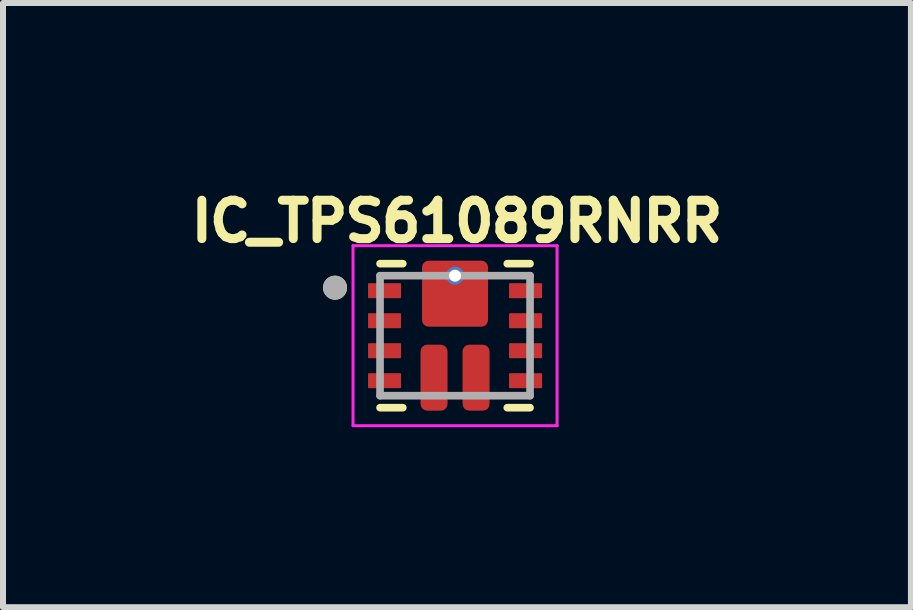
<source format=kicad_pcb>
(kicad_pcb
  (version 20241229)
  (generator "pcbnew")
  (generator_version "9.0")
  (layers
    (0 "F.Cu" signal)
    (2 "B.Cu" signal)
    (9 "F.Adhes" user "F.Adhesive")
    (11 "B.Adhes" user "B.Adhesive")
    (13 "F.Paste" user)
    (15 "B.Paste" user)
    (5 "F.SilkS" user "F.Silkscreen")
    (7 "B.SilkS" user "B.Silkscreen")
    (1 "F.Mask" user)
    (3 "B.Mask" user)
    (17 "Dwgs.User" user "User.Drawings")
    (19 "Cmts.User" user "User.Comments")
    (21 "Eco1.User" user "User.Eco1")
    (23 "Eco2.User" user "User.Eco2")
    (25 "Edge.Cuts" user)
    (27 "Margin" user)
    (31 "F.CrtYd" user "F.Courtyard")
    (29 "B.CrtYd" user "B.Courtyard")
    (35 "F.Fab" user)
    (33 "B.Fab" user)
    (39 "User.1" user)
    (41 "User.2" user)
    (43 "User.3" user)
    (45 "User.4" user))
  (footprint "IC_TPS61089RNRR"
    (layer "F.Cu")
    (at 4.533 2.544)
    (property "Reference" "IC_TPS61089RNRR" (at 0.032 -1.906 0) (layer "F.SilkS") (effects (font (size 0.64 0.64) (thickness 0.15))))
    (attr smd)
    (fp_poly (pts (xy -1.5 -0.825) (xy -1.5 -0.675) (xy -1.5 -0.67) (xy -1.499 -0.665) (xy -1.499 -0.659) (xy -1.498 -0.654) (xy -1.497 -0.649) (xy -1.495 -0.644) (xy -1.493 -0.639) (xy -1.491 -0.634) (xy -1.489 -0.63) (xy -1.487 -0.625) (xy -1.484 -0.621) (xy -1.481 -0.616) (xy -1.478 -0.612) (xy -1.474 -0.608) (xy -1.471 -0.604) (xy -1.467 -0.601) (xy -1.463 -0.597) (xy -1.459 -0.594) (xy -1.454 -0.591) (xy -1.45 -0.588) (xy -1.445 -0.586) (xy -1.441 -0.584) (xy -1.436 -0.582) (xy -1.431 -0.58) (xy -1.426 -0.578) (xy -1.421 -0.577) (xy -1.416 -0.576) (xy -1.41 -0.576) (xy -1.405 -0.575) (xy -1.4 -0.575) (xy -0.95 -0.575) (xy -0.945 -0.575) (xy -0.94 -0.576) (xy -0.934 -0.576) (xy -0.929 -0.577) (xy -0.924 -0.578) (xy -0.919 -0.58) (xy -0.914 -0.582) (xy -0.909 -0.584) (xy -0.905 -0.586) (xy -0.9 -0.588) (xy -0.896 -0.591) (xy -0.891 -0.594) (xy -0.887 -0.597) (xy -0.883 -0.601) (xy -0.879 -0.604) (xy -0.876 -0.608) (xy -0.872 -0.612) (xy -0.869 -0.616) (xy -0.866 -0.621) (xy -0.863 -0.625) (xy -0.861 -0.63) (xy -0.859 -0.634) (xy -0.857 -0.639) (xy -0.855 -0.644) (xy -0.853 -0.649) (xy -0.852 -0.654) (xy -0.851 -0.659) (xy -0.851 -0.665) (xy -0.85 -0.67) (xy -0.85 -0.675) (xy -0.85 -0.825) (xy -0.85 -0.83) (xy -0.851 -0.835) (xy -0.851 -0.841) (xy -0.852 -0.846) (xy -0.853 -0.851) (xy -0.855 -0.856) (xy -0.857 -0.861) (xy -0.859 -0.866) (xy -0.861 -0.87) (xy -0.863 -0.875) (xy -0.866 -0.879) (xy -0.869 -0.884) (xy -0.872 -0.888) (xy -0.876 -0.892) (xy -0.879 -0.896) (xy -0.883 -0.899) (xy -0.887 -0.903) (xy -0.891 -0.906) (xy -0.896 -0.909) (xy -0.9 -0.912) (xy -0.905 -0.914) (xy -0.909 -0.916) (xy -0.914 -0.918) (xy -0.919 -0.92) (xy -0.924 -0.922) (xy -0.929 -0.923) (xy -0.934 -0.924) (xy -0.94 -0.924) (xy -0.945 -0.925) (xy -0.95 -0.925) (xy -1.4 -0.925) (xy -1.405 -0.925) (xy -1.41 -0.924) (xy -1.416 -0.924) (xy -1.421 -0.923) (xy -1.426 -0.922) (xy -1.431 -0.92) (xy -1.436 -0.918) (xy -1.441 -0.916) (xy -1.445 -0.914) (xy -1.45 -0.912) (xy -1.454 -0.909) (xy -1.459 -0.906) (xy -1.463 -0.903) (xy -1.467 -0.899) (xy -1.471 -0.896) (xy -1.474 -0.892) (xy -1.478 -0.888) (xy -1.481 -0.884) (xy -1.484 -0.879) (xy -1.487 -0.875) (xy -1.489 -0.87) (xy -1.491 -0.866) (xy -1.493 -0.861) (xy -1.495 -0.856) (xy -1.497 -0.851) (xy -1.498 -0.846) (xy -1.499 -0.841) (xy -1.499 -0.835) (xy -1.5 -0.83) (xy -1.5 -0.825)) (stroke (width 0.01) (type solid)) (fill yes) (layer "F.Mask"))
    (fp_poly (pts (xy -1.5 -0.325) (xy -1.5 -0.175) (xy -1.5 -0.17) (xy -1.499 -0.165) (xy -1.499 -0.159) (xy -1.498 -0.154) (xy -1.497 -0.149) (xy -1.495 -0.144) (xy -1.493 -0.139) (xy -1.491 -0.134) (xy -1.489 -0.13) (xy -1.487 -0.125) (xy -1.484 -0.121) (xy -1.481 -0.116) (xy -1.478 -0.112) (xy -1.474 -0.108) (xy -1.471 -0.104) (xy -1.467 -0.101) (xy -1.463 -0.097) (xy -1.459 -0.094) (xy -1.454 -0.091) (xy -1.45 -0.088) (xy -1.445 -0.086) (xy -1.441 -0.084) (xy -1.436 -0.082) (xy -1.431 -0.08) (xy -1.426 -0.078) (xy -1.421 -0.077) (xy -1.416 -0.076) (xy -1.41 -0.076) (xy -1.405 -0.075) (xy -1.4 -0.075) (xy -0.95 -0.075) (xy -0.945 -0.075) (xy -0.94 -0.076) (xy -0.934 -0.076) (xy -0.929 -0.077) (xy -0.924 -0.078) (xy -0.919 -0.08) (xy -0.914 -0.082) (xy -0.909 -0.084) (xy -0.905 -0.086) (xy -0.9 -0.088) (xy -0.896 -0.091) (xy -0.891 -0.094) (xy -0.887 -0.097) (xy -0.883 -0.101) (xy -0.879 -0.104) (xy -0.876 -0.108) (xy -0.872 -0.112) (xy -0.869 -0.116) (xy -0.866 -0.121) (xy -0.863 -0.125) (xy -0.861 -0.13) (xy -0.859 -0.134) (xy -0.857 -0.139) (xy -0.855 -0.144) (xy -0.853 -0.149) (xy -0.852 -0.154) (xy -0.851 -0.159) (xy -0.851 -0.165) (xy -0.85 -0.17) (xy -0.85 -0.175) (xy -0.85 -0.325) (xy -0.85 -0.33) (xy -0.851 -0.335) (xy -0.851 -0.341) (xy -0.852 -0.346) (xy -0.853 -0.351) (xy -0.855 -0.356) (xy -0.857 -0.361) (xy -0.859 -0.366) (xy -0.861 -0.37) (xy -0.863 -0.375) (xy -0.866 -0.379) (xy -0.869 -0.384) (xy -0.872 -0.388) (xy -0.876 -0.392) (xy -0.879 -0.396) (xy -0.883 -0.399) (xy -0.887 -0.403) (xy -0.891 -0.406) (xy -0.896 -0.409) (xy -0.9 -0.412) (xy -0.905 -0.414) (xy -0.909 -0.416) (xy -0.914 -0.418) (xy -0.919 -0.42) (xy -0.924 -0.422) (xy -0.929 -0.423) (xy -0.934 -0.424) (xy -0.94 -0.424) (xy -0.945 -0.425) (xy -0.95 -0.425) (xy -1.4 -0.425) (xy -1.405 -0.425) (xy -1.41 -0.424) (xy -1.416 -0.424) (xy -1.421 -0.423) (xy -1.426 -0.422) (xy -1.431 -0.42) (xy -1.436 -0.418) (xy -1.441 -0.416) (xy -1.445 -0.414) (xy -1.45 -0.412) (xy -1.454 -0.409) (xy -1.459 -0.406) (xy -1.463 -0.403) (xy -1.467 -0.399) (xy -1.471 -0.396) (xy -1.474 -0.392) (xy -1.478 -0.388) (xy -1.481 -0.384) (xy -1.484 -0.379) (xy -1.487 -0.375) (xy -1.489 -0.37) (xy -1.491 -0.366) (xy -1.493 -0.361) (xy -1.495 -0.356) (xy -1.497 -0.351) (xy -1.498 -0.346) (xy -1.499 -0.341) (xy -1.499 -0.335) (xy -1.5 -0.33) (xy -1.5 -0.325)) (stroke (width 0.01) (type solid)) (fill yes) (layer "F.Mask"))
    (fp_poly (pts (xy -1.5 0.175) (xy -1.5 0.325) (xy -1.5 0.33) (xy -1.499 0.335) (xy -1.499 0.341) (xy -1.498 0.346) (xy -1.497 0.351) (xy -1.495 0.356) (xy -1.493 0.361) (xy -1.491 0.366) (xy -1.489 0.37) (xy -1.487 0.375) (xy -1.484 0.379) (xy -1.481 0.384) (xy -1.478 0.388) (xy -1.474 0.392) (xy -1.471 0.396) (xy -1.467 0.399) (xy -1.463 0.403) (xy -1.459 0.406) (xy -1.454 0.409) (xy -1.45 0.412) (xy -1.445 0.414) (xy -1.441 0.416) (xy -1.436 0.418) (xy -1.431 0.42) (xy -1.426 0.422) (xy -1.421 0.423) (xy -1.416 0.424) (xy -1.41 0.424) (xy -1.405 0.425) (xy -1.4 0.425) (xy -0.95 0.425) (xy -0.945 0.425) (xy -0.94 0.424) (xy -0.934 0.424) (xy -0.929 0.423) (xy -0.924 0.422) (xy -0.919 0.42) (xy -0.914 0.418) (xy -0.909 0.416) (xy -0.905 0.414) (xy -0.9 0.412) (xy -0.896 0.409) (xy -0.891 0.406) (xy -0.887 0.403) (xy -0.883 0.399) (xy -0.879 0.396) (xy -0.876 0.392) (xy -0.872 0.388) (xy -0.869 0.384) (xy -0.866 0.379) (xy -0.863 0.375) (xy -0.861 0.37) (xy -0.859 0.366) (xy -0.857 0.361) (xy -0.855 0.356) (xy -0.853 0.351) (xy -0.852 0.346) (xy -0.851 0.341) (xy -0.851 0.335) (xy -0.85 0.33) (xy -0.85 0.325) (xy -0.85 0.175) (xy -0.85 0.17) (xy -0.851 0.165) (xy -0.851 0.159) (xy -0.852 0.154) (xy -0.853 0.149) (xy -0.855 0.144) (xy -0.857 0.139) (xy -0.859 0.134) (xy -0.861 0.13) (xy -0.863 0.125) (xy -0.866 0.121) (xy -0.869 0.116) (xy -0.872 0.112) (xy -0.876 0.108) (xy -0.879 0.104) (xy -0.883 0.101) (xy -0.887 0.097) (xy -0.891 0.094) (xy -0.896 0.091) (xy -0.9 0.088) (xy -0.905 0.086) (xy -0.909 0.084) (xy -0.914 0.082) (xy -0.919 0.08) (xy -0.924 0.078) (xy -0.929 0.077) (xy -0.934 0.076) (xy -0.94 0.076) (xy -0.945 0.075) (xy -0.95 0.075) (xy -1.4 0.075) (xy -1.405 0.075) (xy -1.41 0.076) (xy -1.416 0.076) (xy -1.421 0.077) (xy -1.426 0.078) (xy -1.431 0.08) (xy -1.436 0.082) (xy -1.441 0.084) (xy -1.445 0.086) (xy -1.45 0.088) (xy -1.454 0.091) (xy -1.459 0.094) (xy -1.463 0.097) (xy -1.467 0.101) (xy -1.471 0.104) (xy -1.474 0.108) (xy -1.478 0.112) (xy -1.481 0.116) (xy -1.484 0.121) (xy -1.487 0.125) (xy -1.489 0.13) (xy -1.491 0.134) (xy -1.493 0.139) (xy -1.495 0.144) (xy -1.497 0.149) (xy -1.498 0.154) (xy -1.499 0.159) (xy -1.499 0.165) (xy -1.5 0.17) (xy -1.5 0.175)) (stroke (width 0.01) (type solid)) (fill yes) (layer "F.Mask"))
    (fp_poly (pts (xy -1.5 0.675) (xy -1.5 0.825) (xy -1.5 0.83) (xy -1.499 0.835) (xy -1.499 0.841) (xy -1.498 0.846) (xy -1.497 0.851) (xy -1.495 0.856) (xy -1.493 0.861) (xy -1.491 0.866) (xy -1.489 0.87) (xy -1.487 0.875) (xy -1.484 0.879) (xy -1.481 0.884) (xy -1.478 0.888) (xy -1.474 0.892) (xy -1.471 0.896) (xy -1.467 0.899) (xy -1.463 0.903) (xy -1.459 0.906) (xy -1.454 0.909) (xy -1.45 0.912) (xy -1.445 0.914) (xy -1.441 0.916) (xy -1.436 0.918) (xy -1.431 0.92) (xy -1.426 0.922) (xy -1.421 0.923) (xy -1.416 0.924) (xy -1.41 0.924) (xy -1.405 0.925) (xy -1.4 0.925) (xy -0.95 0.925) (xy -0.945 0.925) (xy -0.94 0.924) (xy -0.934 0.924) (xy -0.929 0.923) (xy -0.924 0.922) (xy -0.919 0.92) (xy -0.914 0.918) (xy -0.909 0.916) (xy -0.905 0.914) (xy -0.9 0.912) (xy -0.896 0.909) (xy -0.891 0.906) (xy -0.887 0.903) (xy -0.883 0.899) (xy -0.879 0.896) (xy -0.876 0.892) (xy -0.872 0.888) (xy -0.869 0.884) (xy -0.866 0.879) (xy -0.863 0.875) (xy -0.861 0.87) (xy -0.859 0.866) (xy -0.857 0.861) (xy -0.855 0.856) (xy -0.853 0.851) (xy -0.852 0.846) (xy -0.851 0.841) (xy -0.851 0.835) (xy -0.85 0.83) (xy -0.85 0.825) (xy -0.85 0.675) (xy -0.85 0.67) (xy -0.851 0.665) (xy -0.851 0.659) (xy -0.852 0.654) (xy -0.853 0.649) (xy -0.855 0.644) (xy -0.857 0.639) (xy -0.859 0.634) (xy -0.861 0.63) (xy -0.863 0.625) (xy -0.866 0.621) (xy -0.869 0.616) (xy -0.872 0.612) (xy -0.876 0.608) (xy -0.879 0.604) (xy -0.883 0.601) (xy -0.887 0.597) (xy -0.891 0.594) (xy -0.896 0.591) (xy -0.9 0.588) (xy -0.905 0.586) (xy -0.909 0.584) (xy -0.914 0.582) (xy -0.919 0.58) (xy -0.924 0.578) (xy -0.929 0.577) (xy -0.934 0.576) (xy -0.94 0.576) (xy -0.945 0.575) (xy -0.95 0.575) (xy -1.4 0.575) (xy -1.405 0.575) (xy -1.41 0.576) (xy -1.416 0.576) (xy -1.421 0.577) (xy -1.426 0.578) (xy -1.431 0.58) (xy -1.436 0.582) (xy -1.441 0.584) (xy -1.445 0.586) (xy -1.45 0.588) (xy -1.454 0.591) (xy -1.459 0.594) (xy -1.463 0.597) (xy -1.467 0.601) (xy -1.471 0.604) (xy -1.474 0.608) (xy -1.478 0.612) (xy -1.481 0.616) (xy -1.484 0.621) (xy -1.487 0.625) (xy -1.489 0.63) (xy -1.491 0.634) (xy -1.493 0.639) (xy -1.495 0.644) (xy -1.497 0.649) (xy -1.498 0.654) (xy -1.499 0.659) (xy -1.499 0.665) (xy -1.5 0.67) (xy -1.5 0.675)) (stroke (width 0.01) (type solid)) (fill yes) (layer "F.Mask"))
    (fp_poly (pts (xy -0.225 0.2) (xy -0.475 0.2) (xy -0.478 0.2) (xy -0.48 0.2) (xy -0.483 0.201) (xy -0.485 0.201) (xy -0.488 0.202) (xy -0.49 0.202) (xy -0.493 0.203) (xy -0.495 0.204) (xy -0.498 0.205) (xy -0.5 0.207) (xy -0.502 0.208) (xy -0.504 0.21) (xy -0.506 0.211) (xy -0.508 0.213) (xy -0.51 0.215) (xy -0.512 0.217) (xy -0.514 0.219) (xy -0.515 0.221) (xy -0.517 0.223) (xy -0.518 0.225) (xy -0.52 0.227) (xy -0.521 0.23) (xy -0.522 0.232) (xy -0.523 0.235) (xy -0.523 0.237) (xy -0.524 0.24) (xy -0.524 0.242) (xy -0.525 0.245) (xy -0.525 0.247) (xy -0.525 0.25) (xy -0.525 1.15) (xy -0.525 1.153) (xy -0.525 1.155) (xy -0.524 1.158) (xy -0.524 1.16) (xy -0.523 1.163) (xy -0.523 1.165) (xy -0.522 1.168) (xy -0.521 1.17) (xy -0.52 1.173) (xy -0.518 1.175) (xy -0.517 1.177) (xy -0.515 1.179) (xy -0.514 1.181) (xy -0.512 1.183) (xy -0.51 1.185) (xy -0.508 1.187) (xy -0.506 1.189) (xy -0.504 1.19) (xy -0.502 1.192) (xy -0.5 1.193) (xy -0.498 1.195) (xy -0.495 1.196) (xy -0.493 1.197) (xy -0.49 1.198) (xy -0.488 1.198) (xy -0.485 1.199) (xy -0.483 1.199) (xy -0.48 1.2) (xy -0.478 1.2) (xy -0.475 1.2) (xy -0.225 1.2) (xy -0.222 1.2) (xy -0.22 1.2) (xy -0.217 1.199) (xy -0.215 1.199) (xy -0.212 1.198) (xy -0.21 1.198) (xy -0.207 1.197) (xy -0.205 1.196) (xy -0.202 1.195) (xy -0.2 1.193) (xy -0.198 1.192) (xy -0.196 1.19) (xy -0.194 1.189) (xy -0.192 1.187) (xy -0.19 1.185) (xy -0.188 1.183) (xy -0.186 1.181) (xy -0.185 1.179) (xy -0.183 1.177) (xy -0.182 1.175) (xy -0.18 1.173) (xy -0.179 1.17) (xy -0.178 1.168) (xy -0.177 1.165) (xy -0.177 1.163) (xy -0.176 1.16) (xy -0.176 1.158) (xy -0.175 1.155) (xy -0.175 1.153) (xy -0.175 1.15) (xy -0.175 0.25) (xy -0.175 0.247) (xy -0.175 0.245) (xy -0.176 0.242) (xy -0.176 0.24) (xy -0.177 0.237) (xy -0.177 0.235) (xy -0.178 0.232) (xy -0.179 0.23) (xy -0.18 0.227) (xy -0.182 0.225) (xy -0.183 0.223) (xy -0.185 0.221) (xy -0.186 0.219) (xy -0.188 0.217) (xy -0.19 0.215) (xy -0.192 0.213) (xy -0.194 0.211) (xy -0.196 0.21) (xy -0.198 0.208) (xy -0.2 0.207) (xy -0.202 0.205) (xy -0.205 0.204) (xy -0.207 0.203) (xy -0.21 0.202) (xy -0.212 0.202) (xy -0.215 0.201) (xy -0.217 0.201) (xy -0.22 0.2) (xy -0.222 0.2) (xy -0.225 0.2)) (stroke (width 0.01) (type solid)) (fill yes) (layer "F.Mask"))
    (fp_poly (pts (xy 0.475 0.2) (xy 0.225 0.2) (xy 0.222 0.2) (xy 0.22 0.2) (xy 0.217 0.201) (xy 0.215 0.201) (xy 0.212 0.202) (xy 0.21 0.202) (xy 0.207 0.203) (xy 0.205 0.204) (xy 0.202 0.205) (xy 0.2 0.207) (xy 0.198 0.208) (xy 0.196 0.21) (xy 0.194 0.211) (xy 0.192 0.213) (xy 0.19 0.215) (xy 0.188 0.217) (xy 0.186 0.219) (xy 0.185 0.221) (xy 0.183 0.223) (xy 0.182 0.225) (xy 0.18 0.227) (xy 0.179 0.23) (xy 0.178 0.232) (xy 0.177 0.235) (xy 0.177 0.237) (xy 0.176 0.24) (xy 0.176 0.242) (xy 0.175 0.245) (xy 0.175 0.247) (xy 0.175 0.25) (xy 0.175 1.15) (xy 0.175 1.153) (xy 0.175 1.155) (xy 0.176 1.158) (xy 0.176 1.16) (xy 0.177 1.163) (xy 0.177 1.165) (xy 0.178 1.168) (xy 0.179 1.17) (xy 0.18 1.173) (xy 0.182 1.175) (xy 0.183 1.177) (xy 0.185 1.179) (xy 0.186 1.181) (xy 0.188 1.183) (xy 0.19 1.185) (xy 0.192 1.187) (xy 0.194 1.189) (xy 0.196 1.19) (xy 0.198 1.192) (xy 0.2 1.193) (xy 0.202 1.195) (xy 0.205 1.196) (xy 0.207 1.197) (xy 0.21 1.198) (xy 0.212 1.198) (xy 0.215 1.199) (xy 0.217 1.199) (xy 0.22 1.2) (xy 0.222 1.2) (xy 0.225 1.2) (xy 0.475 1.2) (xy 0.478 1.2) (xy 0.48 1.2) (xy 0.483 1.199) (xy 0.485 1.199) (xy 0.488 1.198) (xy 0.49 1.198) (xy 0.493 1.197) (xy 0.495 1.196) (xy 0.498 1.195) (xy 0.5 1.193) (xy 0.502 1.192) (xy 0.504 1.19) (xy 0.506 1.189) (xy 0.508 1.187) (xy 0.51 1.185) (xy 0.512 1.183) (xy 0.514 1.181) (xy 0.515 1.179) (xy 0.517 1.177) (xy 0.518 1.175) (xy 0.52 1.173) (xy 0.521 1.17) (xy 0.522 1.168) (xy 0.523 1.165) (xy 0.523 1.163) (xy 0.524 1.16) (xy 0.524 1.158) (xy 0.525 1.155) (xy 0.525 1.153) (xy 0.525 1.15) (xy 0.525 0.25) (xy 0.525 0.247) (xy 0.525 0.245) (xy 0.524 0.242) (xy 0.524 0.24) (xy 0.523 0.237) (xy 0.523 0.235) (xy 0.522 0.232) (xy 0.521 0.23) (xy 0.52 0.227) (xy 0.518 0.225) (xy 0.517 0.223) (xy 0.515 0.221) (xy 0.514 0.219) (xy 0.512 0.217) (xy 0.51 0.215) (xy 0.508 0.213) (xy 0.506 0.211) (xy 0.504 0.21) (xy 0.502 0.208) (xy 0.5 0.207) (xy 0.498 0.205) (xy 0.495 0.204) (xy 0.493 0.203) (xy 0.49 0.202) (xy 0.488 0.202) (xy 0.485 0.201) (xy 0.483 0.201) (xy 0.48 0.2) (xy 0.478 0.2) (xy 0.475 0.2)) (stroke (width 0.01) (type solid)) (fill yes) (layer "F.Mask"))
    (fp_poly (pts (xy 0.95 -0.575) (xy 1.4 -0.575) (xy 1.405 -0.575) (xy 1.41 -0.576) (xy 1.416 -0.576) (xy 1.421 -0.577) (xy 1.426 -0.578) (xy 1.431 -0.58) (xy 1.436 -0.582) (xy 1.441 -0.584) (xy 1.445 -0.586) (xy 1.45 -0.588) (xy 1.454 -0.591) (xy 1.459 -0.594) (xy 1.463 -0.597) (xy 1.467 -0.601) (xy 1.471 -0.604) (xy 1.474 -0.608) (xy 1.478 -0.612) (xy 1.481 -0.616) (xy 1.484 -0.621) (xy 1.487 -0.625) (xy 1.489 -0.63) (xy 1.491 -0.634) (xy 1.493 -0.639) (xy 1.495 -0.644) (xy 1.497 -0.649) (xy 1.498 -0.654) (xy 1.499 -0.659) (xy 1.499 -0.665) (xy 1.5 -0.67) (xy 1.5 -0.675) (xy 1.5 -0.825) (xy 1.5 -0.83) (xy 1.499 -0.835) (xy 1.499 -0.841) (xy 1.498 -0.846) (xy 1.497 -0.851) (xy 1.495 -0.856) (xy 1.493 -0.861) (xy 1.491 -0.866) (xy 1.489 -0.87) (xy 1.487 -0.875) (xy 1.484 -0.879) (xy 1.481 -0.884) (xy 1.478 -0.888) (xy 1.474 -0.892) (xy 1.471 -0.896) (xy 1.467 -0.899) (xy 1.463 -0.903) (xy 1.459 -0.906) (xy 1.454 -0.909) (xy 1.45 -0.912) (xy 1.445 -0.914) (xy 1.441 -0.916) (xy 1.436 -0.918) (xy 1.431 -0.92) (xy 1.426 -0.922) (xy 1.421 -0.923) (xy 1.416 -0.924) (xy 1.41 -0.924) (xy 1.405 -0.925) (xy 1.4 -0.925) (xy 0.95 -0.925) (xy 0.945 -0.925) (xy 0.94 -0.924) (xy 0.934 -0.924) (xy 0.929 -0.923) (xy 0.924 -0.922) (xy 0.919 -0.92) (xy 0.914 -0.918) (xy 0.909 -0.916) (xy 0.905 -0.914) (xy 0.9 -0.912) (xy 0.896 -0.909) (xy 0.891 -0.906) (xy 0.887 -0.903) (xy 0.883 -0.899) (xy 0.879 -0.896) (xy 0.876 -0.892) (xy 0.872 -0.888) (xy 0.869 -0.884) (xy 0.866 -0.879) (xy 0.863 -0.875) (xy 0.861 -0.87) (xy 0.859 -0.866) (xy 0.857 -0.861) (xy 0.855 -0.856) (xy 0.853 -0.851) (xy 0.852 -0.846) (xy 0.851 -0.841) (xy 0.851 -0.835) (xy 0.85 -0.83) (xy 0.85 -0.825) (xy 0.85 -0.675) (xy 0.85 -0.67) (xy 0.851 -0.665) (xy 0.851 -0.659) (xy 0.852 -0.654) (xy 0.853 -0.649) (xy 0.855 -0.644) (xy 0.857 -0.639) (xy 0.859 -0.634) (xy 0.861 -0.63) (xy 0.863 -0.625) (xy 0.866 -0.621) (xy 0.869 -0.616) (xy 0.872 -0.612) (xy 0.876 -0.608) (xy 0.879 -0.604) (xy 0.883 -0.601) (xy 0.887 -0.597) (xy 0.891 -0.594) (xy 0.896 -0.591) (xy 0.9 -0.588) (xy 0.905 -0.586) (xy 0.909 -0.584) (xy 0.914 -0.582) (xy 0.919 -0.58) (xy 0.924 -0.578) (xy 0.929 -0.577) (xy 0.934 -0.576) (xy 0.94 -0.576) (xy 0.945 -0.575) (xy 0.95 -0.575)) (stroke (width 0.01) (type solid)) (fill yes) (layer "F.Mask"))
    (fp_poly (pts (xy 0.95 -0.075) (xy 1.4 -0.075) (xy 1.405 -0.075) (xy 1.41 -0.076) (xy 1.416 -0.076) (xy 1.421 -0.077) (xy 1.426 -0.078) (xy 1.431 -0.08) (xy 1.436 -0.082) (xy 1.441 -0.084) (xy 1.445 -0.086) (xy 1.45 -0.088) (xy 1.454 -0.091) (xy 1.459 -0.094) (xy 1.463 -0.097) (xy 1.467 -0.101) (xy 1.471 -0.104) (xy 1.474 -0.108) (xy 1.478 -0.112) (xy 1.481 -0.116) (xy 1.484 -0.121) (xy 1.487 -0.125) (xy 1.489 -0.13) (xy 1.491 -0.134) (xy 1.493 -0.139) (xy 1.495 -0.144) (xy 1.497 -0.149) (xy 1.498 -0.154) (xy 1.499 -0.159) (xy 1.499 -0.165) (xy 1.5 -0.17) (xy 1.5 -0.175) (xy 1.5 -0.325) (xy 1.5 -0.33) (xy 1.499 -0.335) (xy 1.499 -0.341) (xy 1.498 -0.346) (xy 1.497 -0.351) (xy 1.495 -0.356) (xy 1.493 -0.361) (xy 1.491 -0.366) (xy 1.489 -0.37) (xy 1.487 -0.375) (xy 1.484 -0.379) (xy 1.481 -0.384) (xy 1.478 -0.388) (xy 1.474 -0.392) (xy 1.471 -0.396) (xy 1.467 -0.399) (xy 1.463 -0.403) (xy 1.459 -0.406) (xy 1.454 -0.409) (xy 1.45 -0.412) (xy 1.445 -0.414) (xy 1.441 -0.416) (xy 1.436 -0.418) (xy 1.431 -0.42) (xy 1.426 -0.422) (xy 1.421 -0.423) (xy 1.416 -0.424) (xy 1.41 -0.424) (xy 1.405 -0.425) (xy 1.4 -0.425) (xy 0.95 -0.425) (xy 0.945 -0.425) (xy 0.94 -0.424) (xy 0.934 -0.424) (xy 0.929 -0.423) (xy 0.924 -0.422) (xy 0.919 -0.42) (xy 0.914 -0.418) (xy 0.909 -0.416) (xy 0.905 -0.414) (xy 0.9 -0.412) (xy 0.896 -0.409) (xy 0.891 -0.406) (xy 0.887 -0.403) (xy 0.883 -0.399) (xy 0.879 -0.396) (xy 0.876 -0.392) (xy 0.872 -0.388) (xy 0.869 -0.384) (xy 0.866 -0.379) (xy 0.863 -0.375) (xy 0.861 -0.37) (xy 0.859 -0.366) (xy 0.857 -0.361) (xy 0.855 -0.356) (xy 0.853 -0.351) (xy 0.852 -0.346) (xy 0.851 -0.341) (xy 0.851 -0.335) (xy 0.85 -0.33) (xy 0.85 -0.325) (xy 0.85 -0.175) (xy 0.85 -0.17) (xy 0.851 -0.165) (xy 0.851 -0.159) (xy 0.852 -0.154) (xy 0.853 -0.149) (xy 0.855 -0.144) (xy 0.857 -0.139) (xy 0.859 -0.134) (xy 0.861 -0.13) (xy 0.863 -0.125) (xy 0.866 -0.121) (xy 0.869 -0.116) (xy 0.872 -0.112) (xy 0.876 -0.108) (xy 0.879 -0.104) (xy 0.883 -0.101) (xy 0.887 -0.097) (xy 0.891 -0.094) (xy 0.896 -0.091) (xy 0.9 -0.088) (xy 0.905 -0.086) (xy 0.909 -0.084) (xy 0.914 -0.082) (xy 0.919 -0.08) (xy 0.924 -0.078) (xy 0.929 -0.077) (xy 0.934 -0.076) (xy 0.94 -0.076) (xy 0.945 -0.075) (xy 0.95 -0.075)) (stroke (width 0.01) (type solid)) (fill yes) (layer "F.Mask"))
    (fp_poly (pts (xy 0.95 0.425) (xy 1.4 0.425) (xy 1.405 0.425) (xy 1.41 0.424) (xy 1.416 0.424) (xy 1.421 0.423) (xy 1.426 0.422) (xy 1.431 0.42) (xy 1.436 0.418) (xy 1.441 0.416) (xy 1.445 0.414) (xy 1.45 0.412) (xy 1.454 0.409) (xy 1.459 0.406) (xy 1.463 0.403) (xy 1.467 0.399) (xy 1.471 0.396) (xy 1.474 0.392) (xy 1.478 0.388) (xy 1.481 0.384) (xy 1.484 0.379) (xy 1.487 0.375) (xy 1.489 0.37) (xy 1.491 0.366) (xy 1.493 0.361) (xy 1.495 0.356) (xy 1.497 0.351) (xy 1.498 0.346) (xy 1.499 0.341) (xy 1.499 0.335) (xy 1.5 0.33) (xy 1.5 0.325) (xy 1.5 0.175) (xy 1.5 0.17) (xy 1.499 0.165) (xy 1.499 0.159) (xy 1.498 0.154) (xy 1.497 0.149) (xy 1.495 0.144) (xy 1.493 0.139) (xy 1.491 0.134) (xy 1.489 0.13) (xy 1.487 0.125) (xy 1.484 0.121) (xy 1.481 0.116) (xy 1.478 0.112) (xy 1.474 0.108) (xy 1.471 0.104) (xy 1.467 0.101) (xy 1.463 0.097) (xy 1.459 0.094) (xy 1.454 0.091) (xy 1.45 0.088) (xy 1.445 0.086) (xy 1.441 0.084) (xy 1.436 0.082) (xy 1.431 0.08) (xy 1.426 0.078) (xy 1.421 0.077) (xy 1.416 0.076) (xy 1.41 0.076) (xy 1.405 0.075) (xy 1.4 0.075) (xy 0.95 0.075) (xy 0.945 0.075) (xy 0.94 0.076) (xy 0.934 0.076) (xy 0.929 0.077) (xy 0.924 0.078) (xy 0.919 0.08) (xy 0.914 0.082) (xy 0.909 0.084) (xy 0.905 0.086) (xy 0.9 0.088) (xy 0.896 0.091) (xy 0.891 0.094) (xy 0.887 0.097) (xy 0.883 0.101) (xy 0.879 0.104) (xy 0.876 0.108) (xy 0.872 0.112) (xy 0.869 0.116) (xy 0.866 0.121) (xy 0.863 0.125) (xy 0.861 0.13) (xy 0.859 0.134) (xy 0.857 0.139) (xy 0.855 0.144) (xy 0.853 0.149) (xy 0.852 0.154) (xy 0.851 0.159) (xy 0.851 0.165) (xy 0.85 0.17) (xy 0.85 0.175) (xy 0.85 0.325) (xy 0.85 0.33) (xy 0.851 0.335) (xy 0.851 0.341) (xy 0.852 0.346) (xy 0.853 0.351) (xy 0.855 0.356) (xy 0.857 0.361) (xy 0.859 0.366) (xy 0.861 0.37) (xy 0.863 0.375) (xy 0.866 0.379) (xy 0.869 0.384) (xy 0.872 0.388) (xy 0.876 0.392) (xy 0.879 0.396) (xy 0.883 0.399) (xy 0.887 0.403) (xy 0.891 0.406) (xy 0.896 0.409) (xy 0.9 0.412) (xy 0.905 0.414) (xy 0.909 0.416) (xy 0.914 0.418) (xy 0.919 0.42) (xy 0.924 0.422) (xy 0.929 0.423) (xy 0.934 0.424) (xy 0.94 0.424) (xy 0.945 0.425) (xy 0.95 0.425)) (stroke (width 0.01) (type solid)) (fill yes) (layer "F.Mask"))
    (fp_poly (pts (xy 0.95 0.925) (xy 1.4 0.925) (xy 1.405 0.925) (xy 1.41 0.924) (xy 1.416 0.924) (xy 1.421 0.923) (xy 1.426 0.922) (xy 1.431 0.92) (xy 1.436 0.918) (xy 1.441 0.916) (xy 1.445 0.914) (xy 1.45 0.912) (xy 1.454 0.909) (xy 1.459 0.906) (xy 1.463 0.903) (xy 1.467 0.899) (xy 1.471 0.896) (xy 1.474 0.892) (xy 1.478 0.888) (xy 1.481 0.884) (xy 1.484 0.879) (xy 1.487 0.875) (xy 1.489 0.87) (xy 1.491 0.866) (xy 1.493 0.861) (xy 1.495 0.856) (xy 1.497 0.851) (xy 1.498 0.846) (xy 1.499 0.841) (xy 1.499 0.835) (xy 1.5 0.83) (xy 1.5 0.825) (xy 1.5 0.675) (xy 1.5 0.67) (xy 1.499 0.665) (xy 1.499 0.659) (xy 1.498 0.654) (xy 1.497 0.649) (xy 1.495 0.644) (xy 1.493 0.639) (xy 1.491 0.634) (xy 1.489 0.63) (xy 1.487 0.625) (xy 1.484 0.621) (xy 1.481 0.616) (xy 1.478 0.612) (xy 1.474 0.608) (xy 1.471 0.604) (xy 1.467 0.601) (xy 1.463 0.597) (xy 1.459 0.594) (xy 1.454 0.591) (xy 1.45 0.588) (xy 1.445 0.586) (xy 1.441 0.584) (xy 1.436 0.582) (xy 1.431 0.58) (xy 1.426 0.578) (xy 1.421 0.577) (xy 1.416 0.576) (xy 1.41 0.576) (xy 1.405 0.575) (xy 1.4 0.575) (xy 0.95 0.575) (xy 0.945 0.575) (xy 0.94 0.576) (xy 0.934 0.576) (xy 0.929 0.577) (xy 0.924 0.578) (xy 0.919 0.58) (xy 0.914 0.582) (xy 0.909 0.584) (xy 0.905 0.586) (xy 0.9 0.588) (xy 0.896 0.591) (xy 0.891 0.594) (xy 0.887 0.597) (xy 0.883 0.601) (xy 0.879 0.604) (xy 0.876 0.608) (xy 0.872 0.612) (xy 0.869 0.616) (xy 0.866 0.621) (xy 0.863 0.625) (xy 0.861 0.63) (xy 0.859 0.634) (xy 0.857 0.639) (xy 0.855 0.644) (xy 0.853 0.649) (xy 0.852 0.654) (xy 0.851 0.659) (xy 0.851 0.665) (xy 0.85 0.67) (xy 0.85 0.675) (xy 0.85 0.825) (xy 0.85 0.83) (xy 0.851 0.835) (xy 0.851 0.841) (xy 0.852 0.846) (xy 0.853 0.851) (xy 0.855 0.856) (xy 0.857 0.861) (xy 0.859 0.866) (xy 0.861 0.87) (xy 0.863 0.875) (xy 0.866 0.879) (xy 0.869 0.884) (xy 0.872 0.888) (xy 0.876 0.892) (xy 0.879 0.896) (xy 0.883 0.899) (xy 0.887 0.903) (xy 0.891 0.906) (xy 0.896 0.909) (xy 0.9 0.912) (xy 0.905 0.914) (xy 0.909 0.916) (xy 0.914 0.918) (xy 0.919 0.92) (xy 0.924 0.922) (xy 0.929 0.923) (xy 0.934 0.924) (xy 0.94 0.924) (xy 0.945 0.925) (xy 0.95 0.925)) (stroke (width 0.01) (type solid)) (fill yes) (layer "F.Mask"))
    (fp_poly (pts (xy 0.2 -0.82) (xy -0.2 -0.82) (xy -0.203 -0.82) (xy -0.205 -0.82) (xy -0.208 -0.821) (xy -0.21 -0.821) (xy -0.213 -0.822) (xy -0.215 -0.822) (xy -0.218 -0.823) (xy -0.22 -0.824) (xy -0.223 -0.825) (xy -0.225 -0.827) (xy -0.227 -0.828) (xy -0.229 -0.83) (xy -0.231 -0.831) (xy -0.233 -0.833) (xy -0.235 -0.835) (xy -0.237 -0.837) (xy -0.239 -0.839) (xy -0.24 -0.841) (xy -0.242 -0.843) (xy -0.243 -0.845) (xy -0.245 -0.847) (xy -0.246 -0.85) (xy -0.247 -0.852) (xy -0.248 -0.855) (xy -0.248 -0.857) (xy -0.249 -0.86) (xy -0.249 -0.862) (xy -0.25 -0.865) (xy -0.25 -0.867) (xy -0.25 -0.87) (xy -0.25 -1.15) (xy -0.25 -1.153) (xy -0.25 -1.155) (xy -0.251 -1.158) (xy -0.251 -1.16) (xy -0.252 -1.163) (xy -0.252 -1.165) (xy -0.253 -1.168) (xy -0.254 -1.17) (xy -0.255 -1.173) (xy -0.257 -1.175) (xy -0.258 -1.177) (xy -0.26 -1.179) (xy -0.261 -1.181) (xy -0.263 -1.183) (xy -0.265 -1.185) (xy -0.267 -1.187) (xy -0.269 -1.189) (xy -0.271 -1.19) (xy -0.273 -1.192) (xy -0.275 -1.193) (xy -0.277 -1.195) (xy -0.28 -1.196) (xy -0.282 -1.197) (xy -0.285 -1.198) (xy -0.287 -1.198) (xy -0.29 -1.199) (xy -0.292 -1.199) (xy -0.295 -1.2) (xy -0.297 -1.2) (xy -0.3 -1.2) (xy -0.45 -1.2) (xy -0.453 -1.2) (xy -0.455 -1.2) (xy -0.458 -1.199) (xy -0.46 -1.199) (xy -0.463 -1.198) (xy -0.465 -1.198) (xy -0.468 -1.197) (xy -0.47 -1.196) (xy -0.473 -1.195) (xy -0.475 -1.193) (xy -0.477 -1.192) (xy -0.479 -1.19) (xy -0.481 -1.189) (xy -0.483 -1.187) (xy -0.485 -1.185) (xy -0.487 -1.183) (xy -0.489 -1.181) (xy -0.49 -1.179) (xy -0.492 -1.177) (xy -0.493 -1.175) (xy -0.495 -1.173) (xy -0.496 -1.17) (xy -0.497 -1.168) (xy -0.498 -1.165) (xy -0.498 -1.163) (xy -0.499 -1.16) (xy -0.499 -1.158) (xy -0.5 -1.155) (xy -0.5 -1.153) (xy -0.5 -1.15) (xy -0.5 -0.25) (xy -0.5 -0.247) (xy -0.5 -0.245) (xy -0.499 -0.242) (xy -0.499 -0.24) (xy -0.498 -0.237) (xy -0.498 -0.235) (xy -0.497 -0.232) (xy -0.496 -0.23) (xy -0.495 -0.227) (xy -0.493 -0.225) (xy -0.492 -0.223) (xy -0.49 -0.221) (xy -0.489 -0.219) (xy -0.487 -0.217) (xy -0.485 -0.215) (xy -0.483 -0.213) (xy -0.481 -0.211) (xy -0.479 -0.21) (xy -0.477 -0.208) (xy -0.475 -0.207) (xy -0.473 -0.205) (xy -0.47 -0.204) (xy -0.468 -0.203) (xy -0.465 -0.202) (xy -0.463 -0.202) (xy -0.46 -0.201) (xy -0.458 -0.201) (xy -0.455 -0.2) (xy -0.453 -0.2) (xy -0.45 -0.2) (xy 0.45 -0.2) (xy 0.453 -0.2) (xy 0.455 -0.2) (xy 0.458 -0.201) (xy 0.46 -0.201) (xy 0.463 -0.202) (xy 0.465 -0.202) (xy 0.468 -0.203) (xy 0.47 -0.204) (xy 0.473 -0.205) (xy 0.475 -0.207) (xy 0.477 -0.208) (xy 0.479 -0.21) (xy 0.481 -0.211) (xy 0.483 -0.213) (xy 0.485 -0.215) (xy 0.487 -0.217) (xy 0.489 -0.219) (xy 0.49 -0.221) (xy 0.492 -0.223) (xy 0.493 -0.225) (xy 0.495 -0.227) (xy 0.496 -0.23) (xy 0.497 -0.232) (xy 0.498 -0.235) (xy 0.498 -0.237) (xy 0.499 -0.24) (xy 0.499 -0.242) (xy 0.5 -0.245) (xy 0.5 -0.247) (xy 0.5 -0.25) (xy 0.5 -1.15) (xy 0.5 -1.153) (xy 0.5 -1.155) (xy 0.499 -1.158) (xy 0.499 -1.16) (xy 0.498 -1.163) (xy 0.498 -1.165) (xy 0.497 -1.168) (xy 0.496 -1.17) (xy 0.495 -1.173) (xy 0.493 -1.175) (xy 0.492 -1.177) (xy 0.49 -1.179) (xy 0.489 -1.181) (xy 0.487 -1.183) (xy 0.485 -1.185) (xy 0.483 -1.187) (xy 0.481 -1.189) (xy 0.479 -1.19) (xy 0.477 -1.192) (xy 0.475 -1.193) (xy 0.473 -1.195) (xy 0.47 -1.196) (xy 0.468 -1.197) (xy 0.465 -1.198) (xy 0.463 -1.198) (xy 0.46 -1.199) (xy 0.458 -1.199) (xy 0.455 -1.2) (xy 0.453 -1.2) (xy 0.45 -1.2) (xy 0.3 -1.2) (xy 0.297 -1.2) (xy 0.295 -1.2) (xy 0.292 -1.199) (xy 0.29 -1.199) (xy 0.287 -1.198) (xy 0.285 -1.198) (xy 0.282 -1.197) (xy 0.28 -1.196) (xy 0.277 -1.195) (xy 0.275 -1.193) (xy 0.273 -1.192) (xy 0.271 -1.19) (xy 0.269 -1.189) (xy 0.267 -1.187) (xy 0.265 -1.185) (xy 0.263 -1.183) (xy 0.261 -1.181) (xy 0.26 -1.179) (xy 0.258 -1.177) (xy 0.257 -1.175) (xy 0.255 -1.173) (xy 0.254 -1.17) (xy 0.253 -1.168) (xy 0.252 -1.165) (xy 0.252 -1.163) (xy 0.251 -1.16) (xy 0.251 -1.158) (xy 0.25 -1.155) (xy 0.25 -1.153) (xy 0.25 -1.15) (xy 0.25 -0.87) (xy 0.25 -0.867) (xy 0.25 -0.865) (xy 0.249 -0.862) (xy 0.249 -0.86) (xy 0.248 -0.857) (xy 0.248 -0.855) (xy 0.247 -0.852) (xy 0.246 -0.85) (xy 0.245 -0.847) (xy 0.243 -0.845) (xy 0.242 -0.843) (xy 0.24 -0.841) (xy 0.239 -0.839) (xy 0.237 -0.837) (xy 0.235 -0.835) (xy 0.233 -0.833) (xy 0.231 -0.831) (xy 0.229 -0.83) (xy 0.227 -0.828) (xy 0.225 -0.827) (xy 0.223 -0.825) (xy 0.22 -0.824) (xy 0.218 -0.823) (xy 0.215 -0.822) (xy 0.213 -0.822) (xy 0.21 -0.821) (xy 0.208 -0.821) (xy 0.205 -0.82) (xy 0.203 -0.82) (xy 0.2 -0.82)) (stroke (width 0.01) (type solid)) (fill yes) (layer "F.Mask"))
    (fp_line (start -1.25 -1.2) (end -0.87 -1.2) (stroke (width 0.127) (type solid)) (layer "F.SilkS"))
    (fp_line (start -1.25 1.2) (end -0.87 1.2) (stroke (width 0.127) (type solid)) (layer "F.SilkS"))
    (fp_line (start 1.25 -1.2) (end 0.87 -1.2) (stroke (width 0.127) (type solid)) (layer "F.SilkS"))
    (fp_line (start 1.25 1.2) (end 0.87 1.2) (stroke (width 0.127) (type solid)) (layer "F.SilkS"))
    (fp_circle (center -2 -0.8) (end -1.9 -0.8) (stroke (width 0.2) (type solid)) (fill no) (layer "F.SilkS"))
    (fp_poly (pts (xy -0.45 -0.2) (xy 0.45 -0.2) (xy 0.453 -0.2) (xy 0.455 -0.2) (xy 0.458 -0.201) (xy 0.46 -0.201) (xy 0.463 -0.202) (xy 0.465 -0.202) (xy 0.468 -0.203) (xy 0.47 -0.204) (xy 0.473 -0.205) (xy 0.475 -0.207) (xy 0.477 -0.208) (xy 0.479 -0.21) (xy 0.481 -0.211) (xy 0.483 -0.213) (xy 0.485 -0.215) (xy 0.487 -0.217) (xy 0.489 -0.219) (xy 0.49 -0.221) (xy 0.492 -0.223) (xy 0.493 -0.225) (xy 0.495 -0.227) (xy 0.496 -0.23) (xy 0.497 -0.232) (xy 0.498 -0.235) (xy 0.498 -0.237) (xy 0.499 -0.24) (xy 0.499 -0.242) (xy 0.5 -0.245) (xy 0.5 -0.247) (xy 0.5 -0.25) (xy 0.5 -0.67) (xy 0.5 -0.673) (xy 0.5 -0.675) (xy 0.499 -0.678) (xy 0.499 -0.68) (xy 0.498 -0.683) (xy 0.498 -0.685) (xy 0.497 -0.688) (xy 0.496 -0.69) (xy 0.495 -0.693) (xy 0.493 -0.695) (xy 0.492 -0.697) (xy 0.49 -0.699) (xy 0.489 -0.701) (xy 0.487 -0.703) (xy 0.485 -0.705) (xy 0.483 -0.707) (xy 0.481 -0.709) (xy 0.479 -0.71) (xy 0.477 -0.712) (xy 0.475 -0.713) (xy 0.473 -0.715) (xy 0.47 -0.716) (xy 0.468 -0.717) (xy 0.465 -0.718) (xy 0.463 -0.718) (xy 0.46 -0.719) (xy 0.458 -0.719) (xy 0.455 -0.72) (xy 0.453 -0.72) (xy 0.45 -0.72) (xy -0.45 -0.72) (xy -0.453 -0.72) (xy -0.455 -0.72) (xy -0.458 -0.719) (xy -0.46 -0.719) (xy -0.463 -0.718) (xy -0.465 -0.718) (xy -0.468 -0.717) (xy -0.47 -0.716) (xy -0.473 -0.715) (xy -0.475 -0.713) (xy -0.477 -0.712) (xy -0.479 -0.71) (xy -0.481 -0.709) (xy -0.483 -0.707) (xy -0.485 -0.705) (xy -0.487 -0.703) (xy -0.489 -0.701) (xy -0.49 -0.699) (xy -0.492 -0.697) (xy -0.493 -0.695) (xy -0.495 -0.693) (xy -0.496 -0.69) (xy -0.497 -0.688) (xy -0.498 -0.685) (xy -0.498 -0.683) (xy -0.499 -0.68) (xy -0.499 -0.678) (xy -0.5 -0.675) (xy -0.5 -0.673) (xy -0.5 -0.67) (xy -0.5 -0.25) (xy -0.5 -0.247) (xy -0.5 -0.245) (xy -0.499 -0.242) (xy -0.499 -0.24) (xy -0.498 -0.237) (xy -0.498 -0.235) (xy -0.497 -0.232) (xy -0.496 -0.23) (xy -0.495 -0.227) (xy -0.493 -0.225) (xy -0.492 -0.223) (xy -0.49 -0.221) (xy -0.489 -0.219) (xy -0.487 -0.217) (xy -0.485 -0.215) (xy -0.483 -0.213) (xy -0.481 -0.211) (xy -0.479 -0.21) (xy -0.477 -0.208) (xy -0.475 -0.207) (xy -0.473 -0.205) (xy -0.47 -0.204) (xy -0.468 -0.203) (xy -0.465 -0.202) (xy -0.463 -0.202) (xy -0.46 -0.201) (xy -0.458 -0.201) (xy -0.455 -0.2) (xy -0.453 -0.2) (xy -0.45 -0.2)) (stroke (width 0.01) (type solid)) (fill yes) (layer "F.Paste"))
    (fp_poly (pts (xy -0.3 -1.2) (xy -0.45 -1.2) (xy -0.453 -1.2) (xy -0.455 -1.2) (xy -0.458 -1.199) (xy -0.46 -1.199) (xy -0.463 -1.198) (xy -0.465 -1.198) (xy -0.468 -1.197) (xy -0.47 -1.196) (xy -0.473 -1.195) (xy -0.475 -1.193) (xy -0.477 -1.192) (xy -0.479 -1.19) (xy -0.481 -1.189) (xy -0.483 -1.187) (xy -0.485 -1.185) (xy -0.487 -1.183) (xy -0.489 -1.181) (xy -0.49 -1.179) (xy -0.492 -1.177) (xy -0.493 -1.175) (xy -0.495 -1.173) (xy -0.496 -1.17) (xy -0.497 -1.168) (xy -0.498 -1.165) (xy -0.498 -1.163) (xy -0.499 -1.16) (xy -0.499 -1.158) (xy -0.5 -1.155) (xy -0.5 -1.153) (xy -0.5 -1.15) (xy -0.5 -0.97) (xy -0.5 -0.967) (xy -0.5 -0.965) (xy -0.499 -0.962) (xy -0.499 -0.96) (xy -0.498 -0.957) (xy -0.498 -0.955) (xy -0.497 -0.952) (xy -0.496 -0.95) (xy -0.495 -0.947) (xy -0.493 -0.945) (xy -0.492 -0.943) (xy -0.49 -0.941) (xy -0.489 -0.939) (xy -0.487 -0.937) (xy -0.485 -0.935) (xy -0.483 -0.933) (xy -0.481 -0.931) (xy -0.479 -0.93) (xy -0.477 -0.928) (xy -0.475 -0.927) (xy -0.473 -0.925) (xy -0.47 -0.924) (xy -0.468 -0.923) (xy -0.465 -0.922) (xy -0.463 -0.922) (xy -0.46 -0.921) (xy -0.458 -0.921) (xy -0.455 -0.92) (xy -0.453 -0.92) (xy -0.45 -0.92) (xy -0.3 -0.92) (xy -0.297 -0.92) (xy -0.295 -0.92) (xy -0.292 -0.921) (xy -0.29 -0.921) (xy -0.287 -0.922) (xy -0.285 -0.922) (xy -0.282 -0.923) (xy -0.28 -0.924) (xy -0.277 -0.925) (xy -0.275 -0.927) (xy -0.273 -0.928) (xy -0.271 -0.93) (xy -0.269 -0.931) (xy -0.267 -0.933) (xy -0.265 -0.935) (xy -0.263 -0.937) (xy -0.261 -0.939) (xy -0.26 -0.941) (xy -0.258 -0.943) (xy -0.257 -0.945) (xy -0.255 -0.947) (xy -0.254 -0.95) (xy -0.253 -0.952) (xy -0.252 -0.955) (xy -0.252 -0.957) (xy -0.251 -0.96) (xy -0.251 -0.962) (xy -0.25 -0.965) (xy -0.25 -0.967) (xy -0.25 -0.97) (xy -0.25 -1.15) (xy -0.25 -1.153) (xy -0.25 -1.155) (xy -0.251 -1.158) (xy -0.251 -1.16) (xy -0.252 -1.163) (xy -0.252 -1.165) (xy -0.253 -1.168) (xy -0.254 -1.17) (xy -0.255 -1.173) (xy -0.257 -1.175) (xy -0.258 -1.177) (xy -0.26 -1.179) (xy -0.261 -1.181) (xy -0.263 -1.183) (xy -0.265 -1.185) (xy -0.267 -1.187) (xy -0.269 -1.189) (xy -0.271 -1.19) (xy -0.273 -1.192) (xy -0.275 -1.193) (xy -0.277 -1.195) (xy -0.28 -1.196) (xy -0.282 -1.197) (xy -0.285 -1.198) (xy -0.287 -1.198) (xy -0.29 -1.199) (xy -0.292 -1.199) (xy -0.295 -1.2) (xy -0.297 -1.2) (xy -0.3 -1.2)) (stroke (width 0.01) (type solid)) (fill yes) (layer "F.Paste"))
    (fp_poly (pts (xy -0.225 0.28) (xy -0.475 0.28) (xy -0.478 0.28) (xy -0.48 0.28) (xy -0.483 0.281) (xy -0.485 0.281) (xy -0.488 0.282) (xy -0.49 0.282) (xy -0.493 0.283) (xy -0.495 0.284) (xy -0.498 0.285) (xy -0.5 0.287) (xy -0.502 0.288) (xy -0.504 0.29) (xy -0.506 0.291) (xy -0.508 0.293) (xy -0.51 0.295) (xy -0.512 0.297) (xy -0.514 0.299) (xy -0.515 0.301) (xy -0.517 0.303) (xy -0.518 0.305) (xy -0.52 0.307) (xy -0.521 0.31) (xy -0.522 0.312) (xy -0.523 0.315) (xy -0.523 0.317) (xy -0.524 0.32) (xy -0.524 0.322) (xy -0.525 0.325) (xy -0.525 0.327) (xy -0.525 0.33) (xy -0.525 1.15) (xy -0.525 1.153) (xy -0.525 1.155) (xy -0.524 1.158) (xy -0.524 1.16) (xy -0.523 1.163) (xy -0.523 1.165) (xy -0.522 1.168) (xy -0.521 1.17) (xy -0.52 1.173) (xy -0.518 1.175) (xy -0.517 1.177) (xy -0.515 1.179) (xy -0.514 1.181) (xy -0.512 1.183) (xy -0.51 1.185) (xy -0.508 1.187) (xy -0.506 1.189) (xy -0.504 1.19) (xy -0.502 1.192) (xy -0.5 1.193) (xy -0.498 1.195) (xy -0.495 1.196) (xy -0.493 1.197) (xy -0.49 1.198) (xy -0.488 1.198) (xy -0.485 1.199) (xy -0.483 1.199) (xy -0.48 1.2) (xy -0.478 1.2) (xy -0.475 1.2) (xy -0.225 1.2) (xy -0.222 1.2) (xy -0.22 1.2) (xy -0.217 1.199) (xy -0.215 1.199) (xy -0.212 1.198) (xy -0.21 1.198) (xy -0.207 1.197) (xy -0.205 1.196) (xy -0.202 1.195) (xy -0.2 1.193) (xy -0.198 1.192) (xy -0.196 1.19) (xy -0.194 1.189) (xy -0.192 1.187) (xy -0.19 1.185) (xy -0.188 1.183) (xy -0.186 1.181) (xy -0.185 1.179) (xy -0.183 1.177) (xy -0.182 1.175) (xy -0.18 1.173) (xy -0.179 1.17) (xy -0.178 1.168) (xy -0.177 1.165) (xy -0.177 1.163) (xy -0.176 1.16) (xy -0.176 1.158) (xy -0.175 1.155) (xy -0.175 1.153) (xy -0.175 1.15) (xy -0.175 0.33) (xy -0.175 0.327) (xy -0.175 0.325) (xy -0.176 0.322) (xy -0.176 0.32) (xy -0.177 0.317) (xy -0.177 0.315) (xy -0.178 0.312) (xy -0.179 0.31) (xy -0.18 0.307) (xy -0.182 0.305) (xy -0.183 0.303) (xy -0.185 0.301) (xy -0.186 0.299) (xy -0.188 0.297) (xy -0.19 0.295) (xy -0.192 0.293) (xy -0.194 0.291) (xy -0.196 0.29) (xy -0.198 0.288) (xy -0.2 0.287) (xy -0.202 0.285) (xy -0.205 0.284) (xy -0.207 0.283) (xy -0.21 0.282) (xy -0.212 0.282) (xy -0.215 0.281) (xy -0.217 0.281) (xy -0.22 0.28) (xy -0.222 0.28) (xy -0.225 0.28)) (stroke (width 0.01) (type solid)) (fill yes) (layer "F.Paste"))
    (fp_poly (pts (xy 0.45 -1.2) (xy 0.3 -1.2) (xy 0.297 -1.2) (xy 0.295 -1.2) (xy 0.292 -1.199) (xy 0.29 -1.199) (xy 0.287 -1.198) (xy 0.285 -1.198) (xy 0.282 -1.197) (xy 0.28 -1.196) (xy 0.277 -1.195) (xy 0.275 -1.193) (xy 0.273 -1.192) (xy 0.271 -1.19) (xy 0.269 -1.189) (xy 0.267 -1.187) (xy 0.265 -1.185) (xy 0.263 -1.183) (xy 0.261 -1.181) (xy 0.26 -1.179) (xy 0.258 -1.177) (xy 0.257 -1.175) (xy 0.255 -1.173) (xy 0.254 -1.17) (xy 0.253 -1.168) (xy 0.252 -1.165) (xy 0.252 -1.163) (xy 0.251 -1.16) (xy 0.251 -1.158) (xy 0.25 -1.155) (xy 0.25 -1.153) (xy 0.25 -1.15) (xy 0.25 -0.97) (xy 0.25 -0.967) (xy 0.25 -0.965) (xy 0.251 -0.962) (xy 0.251 -0.96) (xy 0.252 -0.957) (xy 0.252 -0.955) (xy 0.253 -0.952) (xy 0.254 -0.95) (xy 0.255 -0.947) (xy 0.257 -0.945) (xy 0.258 -0.943) (xy 0.26 -0.941) (xy 0.261 -0.939) (xy 0.263 -0.937) (xy 0.265 -0.935) (xy 0.267 -0.933) (xy 0.269 -0.931) (xy 0.271 -0.93) (xy 0.273 -0.928) (xy 0.275 -0.927) (xy 0.277 -0.925) (xy 0.28 -0.924) (xy 0.282 -0.923) (xy 0.285 -0.922) (xy 0.287 -0.922) (xy 0.29 -0.921) (xy 0.292 -0.921) (xy 0.295 -0.92) (xy 0.297 -0.92) (xy 0.3 -0.92) (xy 0.45 -0.92) (xy 0.453 -0.92) (xy 0.455 -0.92) (xy 0.458 -0.921) (xy 0.46 -0.921) (xy 0.463 -0.922) (xy 0.465 -0.922) (xy 0.468 -0.923) (xy 0.47 -0.924) (xy 0.473 -0.925) (xy 0.475 -0.927) (xy 0.477 -0.928) (xy 0.479 -0.93) (xy 0.481 -0.931) (xy 0.483 -0.933) (xy 0.485 -0.935) (xy 0.487 -0.937) (xy 0.489 -0.939) (xy 0.49 -0.941) (xy 0.492 -0.943) (xy 0.493 -0.945) (xy 0.495 -0.947) (xy 0.496 -0.95) (xy 0.497 -0.952) (xy 0.498 -0.955) (xy 0.498 -0.957) (xy 0.499 -0.96) (xy 0.499 -0.962) (xy 0.5 -0.965) (xy 0.5 -0.967) (xy 0.5 -0.97) (xy 0.5 -1.15) (xy 0.5 -1.153) (xy 0.5 -1.155) (xy 0.499 -1.158) (xy 0.499 -1.16) (xy 0.498 -1.163) (xy 0.498 -1.165) (xy 0.497 -1.168) (xy 0.496 -1.17) (xy 0.495 -1.173) (xy 0.493 -1.175) (xy 0.492 -1.177) (xy 0.49 -1.179) (xy 0.489 -1.181) (xy 0.487 -1.183) (xy 0.485 -1.185) (xy 0.483 -1.187) (xy 0.481 -1.189) (xy 0.479 -1.19) (xy 0.477 -1.192) (xy 0.475 -1.193) (xy 0.473 -1.195) (xy 0.47 -1.196) (xy 0.468 -1.197) (xy 0.465 -1.198) (xy 0.463 -1.198) (xy 0.46 -1.199) (xy 0.458 -1.199) (xy 0.455 -1.2) (xy 0.453 -1.2) (xy 0.45 -1.2)) (stroke (width 0.01) (type solid)) (fill yes) (layer "F.Paste"))
    (fp_poly (pts (xy 0.475 0.28) (xy 0.225 0.28) (xy 0.222 0.28) (xy 0.22 0.28) (xy 0.217 0.281) (xy 0.215 0.281) (xy 0.212 0.282) (xy 0.21 0.282) (xy 0.207 0.283) (xy 0.205 0.284) (xy 0.202 0.285) (xy 0.2 0.287) (xy 0.198 0.288) (xy 0.196 0.29) (xy 0.194 0.291) (xy 0.192 0.293) (xy 0.19 0.295) (xy 0.188 0.297) (xy 0.186 0.299) (xy 0.185 0.301) (xy 0.183 0.303) (xy 0.182 0.305) (xy 0.18 0.307) (xy 0.179 0.31) (xy 0.178 0.312) (xy 0.177 0.315) (xy 0.177 0.317) (xy 0.176 0.32) (xy 0.176 0.322) (xy 0.175 0.325) (xy 0.175 0.327) (xy 0.175 0.33) (xy 0.175 1.15) (xy 0.175 1.153) (xy 0.175 1.155) (xy 0.176 1.158) (xy 0.176 1.16) (xy 0.177 1.163) (xy 0.177 1.165) (xy 0.178 1.168) (xy 0.179 1.17) (xy 0.18 1.173) (xy 0.182 1.175) (xy 0.183 1.177) (xy 0.185 1.179) (xy 0.186 1.181) (xy 0.188 1.183) (xy 0.19 1.185) (xy 0.192 1.187) (xy 0.194 1.189) (xy 0.196 1.19) (xy 0.198 1.192) (xy 0.2 1.193) (xy 0.202 1.195) (xy 0.205 1.196) (xy 0.207 1.197) (xy 0.21 1.198) (xy 0.212 1.198) (xy 0.215 1.199) (xy 0.217 1.199) (xy 0.22 1.2) (xy 0.222 1.2) (xy 0.225 1.2) (xy 0.475 1.2) (xy 0.478 1.2) (xy 0.48 1.2) (xy 0.483 1.199) (xy 0.485 1.199) (xy 0.488 1.198) (xy 0.49 1.198) (xy 0.493 1.197) (xy 0.495 1.196) (xy 0.498 1.195) (xy 0.5 1.193) (xy 0.502 1.192) (xy 0.504 1.19) (xy 0.506 1.189) (xy 0.508 1.187) (xy 0.51 1.185) (xy 0.512 1.183) (xy 0.514 1.181) (xy 0.515 1.179) (xy 0.517 1.177) (xy 0.518 1.175) (xy 0.52 1.173) (xy 0.521 1.17) (xy 0.522 1.168) (xy 0.523 1.165) (xy 0.523 1.163) (xy 0.524 1.16) (xy 0.524 1.158) (xy 0.525 1.155) (xy 0.525 1.153) (xy 0.525 1.15) (xy 0.525 0.33) (xy 0.525 0.327) (xy 0.525 0.325) (xy 0.524 0.322) (xy 0.524 0.32) (xy 0.523 0.317) (xy 0.523 0.315) (xy 0.522 0.312) (xy 0.521 0.31) (xy 0.52 0.307) (xy 0.518 0.305) (xy 0.517 0.303) (xy 0.515 0.301) (xy 0.514 0.299) (xy 0.512 0.297) (xy 0.51 0.295) (xy 0.508 0.293) (xy 0.506 0.291) (xy 0.504 0.29) (xy 0.502 0.288) (xy 0.5 0.287) (xy 0.498 0.285) (xy 0.495 0.284) (xy 0.493 0.283) (xy 0.49 0.282) (xy 0.488 0.282) (xy 0.485 0.281) (xy 0.483 0.281) (xy 0.48 0.28) (xy 0.478 0.28) (xy 0.475 0.28)) (stroke (width 0.01) (type solid)) (fill yes) (layer "F.Paste"))
    (fp_line (start -1.7 -1.5) (end 1.7 -1.5) (stroke (width 0.05) (type solid)) (layer "F.CrtYd"))
    (fp_line (start -1.7 1.5) (end -1.7 -1.5) (stroke (width 0.05) (type solid)) (layer "F.CrtYd"))
    (fp_line (start -1.7 1.5) (end 1.7 1.5) (stroke (width 0.05) (type solid)) (layer "F.CrtYd"))
    (fp_line (start 1.7 1.5) (end 1.7 -1.5) (stroke (width 0.05) (type solid)) (layer "F.CrtYd"))
    (fp_line (start -1.25 -1) (end -1.25 1) (stroke (width 0.127) (type solid)) (layer "F.Fab"))
    (fp_line (start -1.25 1) (end 1.25 1) (stroke (width 0.127) (type solid)) (layer "F.Fab"))
    (fp_line (start 1.25 -1) (end -1.25 -1) (stroke (width 0.127) (type solid)) (layer "F.Fab"))
    (fp_line (start 1.25 1) (end 1.25 -1) (stroke (width 0.127) (type solid)) (layer "F.Fab"))
    (fp_circle (center -2 -0.8) (end -1.9 -0.8) (stroke (width 0.2) (type solid)) (fill no) (layer "F.Fab"))
    (pad "1" smd roundrect (at -1.175 -0.75) (size 0.55 0.25) (layers "F.Cu" "F.Paste") (roundrect_rratio 0.05))
    (pad "2" smd roundrect (at -1.175 -0.25) (size 0.55 0.25) (layers "F.Cu" "F.Paste") (roundrect_rratio 0.05))
    (pad "3" smd roundrect (at -1.175 0.25) (size 0.55 0.25) (layers "F.Cu" "F.Paste") (roundrect_rratio 0.05))
    (pad "4" smd roundrect (at -1.175 0.75) (size 0.55 0.25) (layers "F.Cu" "F.Paste") (roundrect_rratio 0.05))
    (pad "5" smd roundrect (at -0.35 0.7) (size 0.45 1.1) (layers "F.Cu") (roundrect_rratio 0.25))
    (pad "6" smd roundrect (at 0.35 0.7) (size 0.45 1.1) (layers "F.Cu") (roundrect_rratio 0.25))
    (pad "7" smd roundrect (at 1.175 0.75) (size 0.55 0.25) (layers "F.Cu" "F.Paste") (roundrect_rratio 0.05))
    (pad "8" smd roundrect (at 1.175 0.25) (size 0.55 0.25) (layers "F.Cu" "F.Paste") (roundrect_rratio 0.05))
    (pad "9" smd roundrect (at 1.175 -0.25) (size 0.55 0.25) (layers "F.Cu" "F.Paste") (roundrect_rratio 0.05))
    (pad "10" smd roundrect (at 1.175 -0.75) (size 0.55 0.25) (layers "F.Cu" "F.Paste") (roundrect_rratio 0.05))
    (pad "11" smd roundrect (at 0 -0.7) (size 1.1 1.1) (layers "F.Cu") (roundrect_rratio 0.1))
    (pad "12" thru_hole circle (at 0 -1) (size 0.3 0.3) (drill 0.2) (layers "*.Cu")))
  (gr_rect
    (start -3 -3)
    (end 12.13 7.069)
    (stroke (width 0.1) (type default))
    (fill no)
    (layer "Edge.Cuts")))
</source>
